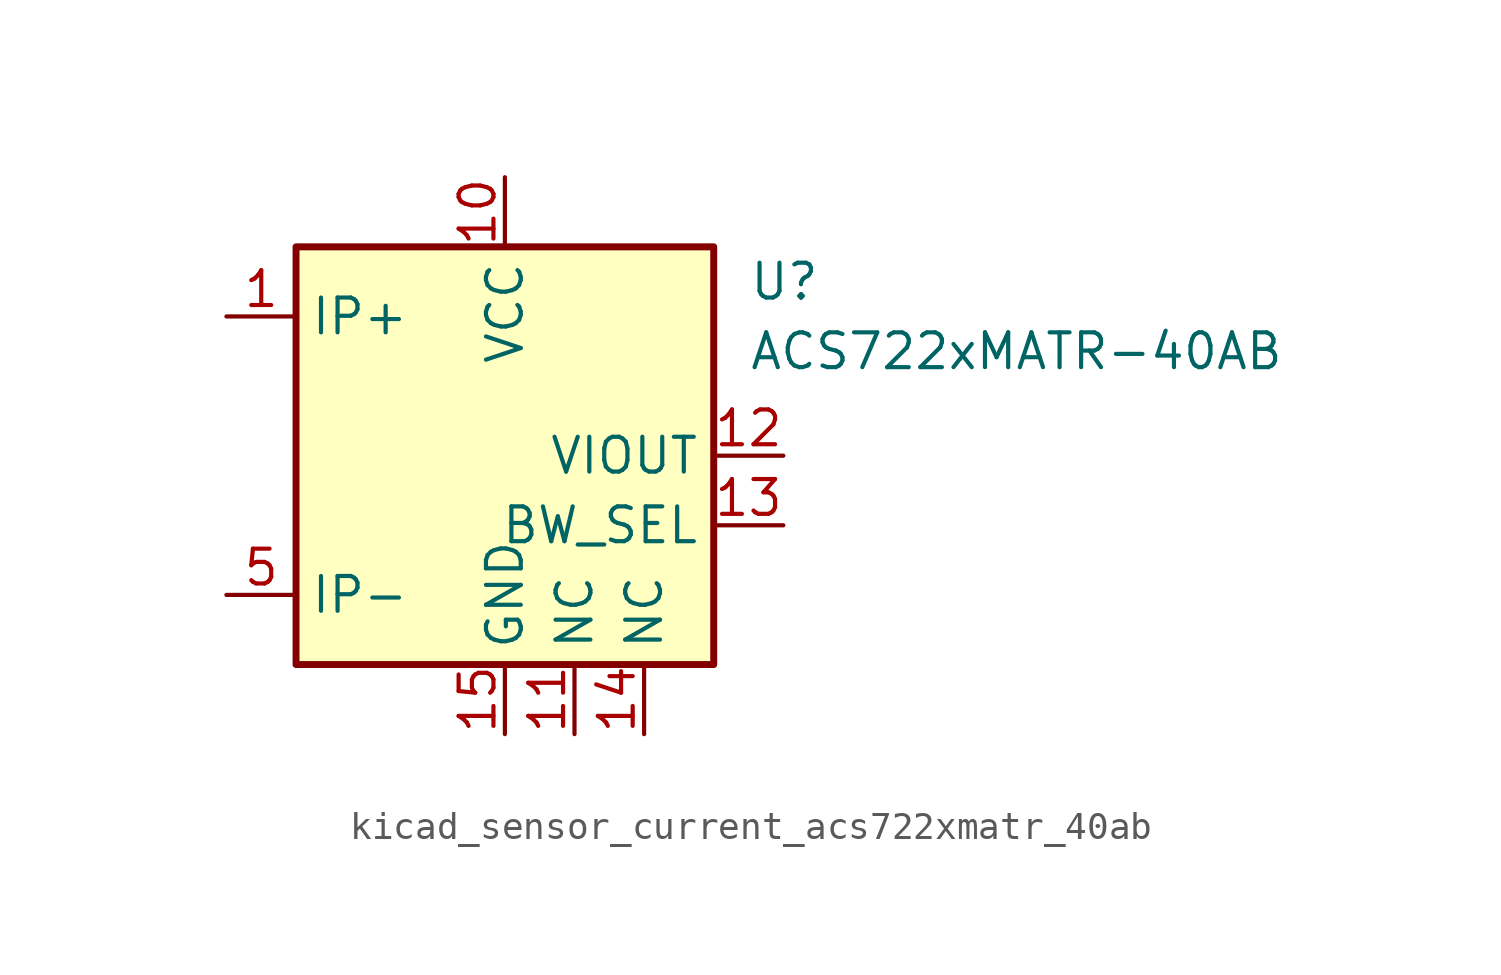
<source format=kicad_sym>
(kicad_symbol_lib
  (version 20220914)
  (generator kicad_symbol_editor)
  (symbol "kicad_sensor_current_acs722xmatr_40ab"
    (property "Reference" "U"
      (at 8.89 6.35 0)
      (effects (font (size 1.27 1.27)) (justify left)))
    (property "Value" "ACS722xMATR-40AB"
      (at 8.89 3.81 0)
      (effects (font (size 1.27 1.27)) (justify left)))
    (symbol "kicad_sensor_current_acs722xmatr_40ab_0_1"
      (rectangle (start -7.62 7.62) (end 7.62 -7.62) (stroke (width 0.254) (type default)) (fill (type background))))
    (symbol "kicad_sensor_current_acs722xmatr_40ab_1_1"
      (pin passive line (at -10.16 5.08 0) (length 2.54) (name "IP+" (effects (font (size 1.27 1.27)))) (number "1" (effects (font (size 1.27 1.27)))))
      (pin power_in line (at 0 10.16 270) (length 2.54) (name "VCC" (effects (font (size 1.27 1.27)))) (number "10" (effects (font (size 1.27 1.27)))))
      (pin passive line (at 2.54 -10.16 90) (length 2.54) (name "NC" (effects (font (size 1.27 1.27)))) (number "11" (effects (font (size 1.27 1.27)))))
      (pin output line (at 10.16 0 180) (length 2.54) (name "VIOUT" (effects (font (size 1.27 1.27)))) (number "12" (effects (font (size 1.27 1.27)))))
      (pin input line (at 10.16 -2.54 180) (length 2.54) (name "BW_SEL" (effects (font (size 1.27 1.27)))) (number "13" (effects (font (size 1.27 1.27)))))
      (pin passive line (at 5.08 -10.16 90) (length 2.54) (name "NC" (effects (font (size 1.27 1.27)))) (number "14" (effects (font (size 1.27 1.27)))))
      (pin power_in line (at 0 -10.16 90) (length 2.54) (name "GND" (effects (font (size 1.27 1.27)))) (number "15" (effects (font (size 1.27 1.27)))))
      (pin no_connect line (at 7.62 2.54 180) (length 2.54) hide (name "NC" (effects (font (size 1.27 1.27)))) (number "16" (effects (font (size 1.27 1.27)))))
      (pin passive line (at -10.16 5.08 0) (length 2.54) hide (name "IP+" (effects (font (size 1.27 1.27)))) (number "2" (effects (font (size 1.27 1.27)))))
      (pin passive line (at -10.16 5.08 0) (length 2.54) hide (name "IP+" (effects (font (size 1.27 1.27)))) (number "3" (effects (font (size 1.27 1.27)))))
      (pin passive line (at -10.16 5.08 0) (length 2.54) hide (name "IP+" (effects (font (size 1.27 1.27)))) (number "4" (effects (font (size 1.27 1.27)))))
      (pin passive line (at -10.16 -5.08 0) (length 2.54) (name "IP-" (effects (font (size 1.27 1.27)))) (number "5" (effects (font (size 1.27 1.27)))))
      (pin passive line (at -10.16 -5.08 0) (length 2.54) hide (name "IP-" (effects (font (size 1.27 1.27)))) (number "6" (effects (font (size 1.27 1.27)))))
      (pin passive line (at -10.16 -5.08 0) (length 2.54) hide (name "IP-" (effects (font (size 1.27 1.27)))) (number "7" (effects (font (size 1.27 1.27)))))
      (pin passive line (at -10.16 -5.08 0) (length 2.54) hide (name "IP-" (effects (font (size 1.27 1.27)))) (number "8" (effects (font (size 1.27 1.27)))))
      (pin no_connect line (at 7.62 5.08 180) (length 2.54) hide (name "NC" (effects (font (size 1.27 1.27)))) (number "9" (effects (font (size 1.27 1.27))))))))
</source>
